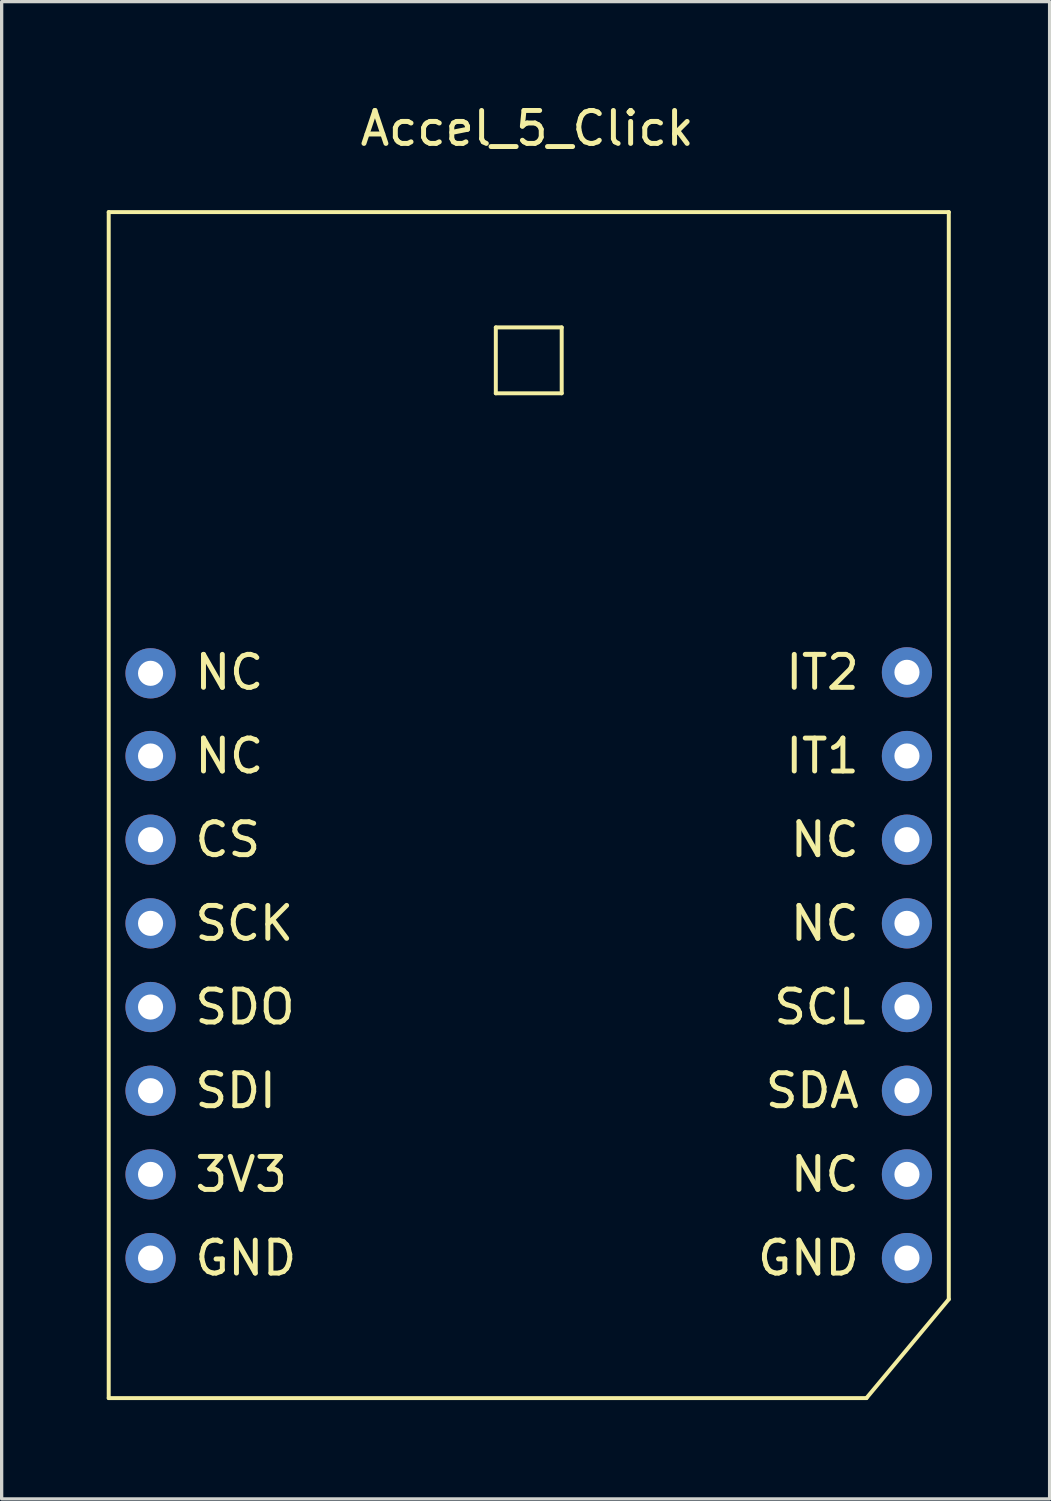
<source format=kicad_pcb>
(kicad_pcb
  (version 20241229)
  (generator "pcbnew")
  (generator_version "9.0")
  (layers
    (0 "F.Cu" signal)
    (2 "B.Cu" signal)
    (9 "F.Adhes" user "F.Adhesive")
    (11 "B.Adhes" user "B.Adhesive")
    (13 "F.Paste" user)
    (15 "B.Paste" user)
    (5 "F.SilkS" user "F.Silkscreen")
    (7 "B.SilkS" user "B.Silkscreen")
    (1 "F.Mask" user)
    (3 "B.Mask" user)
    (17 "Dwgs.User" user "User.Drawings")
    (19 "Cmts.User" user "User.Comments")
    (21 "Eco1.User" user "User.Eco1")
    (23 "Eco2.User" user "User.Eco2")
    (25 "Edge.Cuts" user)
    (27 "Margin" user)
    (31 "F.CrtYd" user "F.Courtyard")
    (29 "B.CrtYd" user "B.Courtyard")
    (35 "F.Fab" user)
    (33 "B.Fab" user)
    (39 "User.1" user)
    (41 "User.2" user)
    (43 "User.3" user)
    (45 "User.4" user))
  (footprint "Accel_5_Click"
    (layer "F.Cu")
    (at 0.25 3.388)
    (property "Reference" "Accel_5_Click" (at 12.7 -2.54 0) (layer "F.SilkS") (effects (font (size 1 1) (thickness 0.15))))
    (attr through_hole)
    (fp_line (start 0 0) (end 0 36) (stroke (width 0.12) (type solid)) (layer "F.SilkS"))
    (fp_line (start 0 0) (end 25.5 0) (stroke (width 0.12) (type solid)) (layer "F.SilkS"))
    (fp_line (start 0 36) (end 23 36) (stroke (width 0.12) (type solid)) (layer "F.SilkS"))
    (fp_line (start 11.75 3.5) (end 11.75 5.5) (stroke (width 0.12) (type solid)) (layer "F.SilkS"))
    (fp_line (start 11.75 3.5) (end 13.75 3.5) (stroke (width 0.12) (type solid)) (layer "F.SilkS"))
    (fp_line (start 11.75 5.5) (end 13.75 5.5) (stroke (width 0.12) (type solid)) (layer "F.SilkS"))
    (fp_line (start 13.75 3.5) (end 13.75 5.5) (stroke (width 0.12) (type solid)) (layer "F.SilkS"))
    (fp_line (start 25.5 0) (end 25.5 33) (stroke (width 0.12) (type solid)) (layer "F.SilkS"))
    (fp_line (start 25.5 33) (end 23 36) (stroke (width 0.12) (type solid)) (layer "F.SilkS"))
    (fp_text user "NC" (at 22.86 29.21 0) (layer "F.SilkS") (effects (font (size 1 1) (thickness 0.15)) (justify right)))
    (fp_text user "SCK" (at 2.54 21.59 0) (layer "F.SilkS") (effects (font (size 1 1) (thickness 0.15)) (justify left)))
    (fp_text user "GND" (at 22.86 31.75 0) (layer "F.SilkS") (effects (font (size 1 1) (thickness 0.15)) (justify right)))
    (fp_text user "CS" (at 2.54 19.05 0) (layer "F.SilkS") (effects (font (size 1 1) (thickness 0.15)) (justify left)))
    (fp_text user "GND" (at 2.54 31.75 0) (layer "F.SilkS") (effects (font (size 1 1) (thickness 0.15)) (justify left)))
    (fp_text user "SDA" (at 22.86 26.67 0) (layer "F.SilkS") (effects (font (size 1 1) (thickness 0.15)) (justify right)))
    (fp_text user "SCL" (at 21.59 24.13 0) (layer "F.SilkS") (effects (font (size 1 1) (thickness 0.15))))
    (fp_text user "NC" (at 2.54 13.97 0) (layer "F.SilkS") (effects (font (size 1 1) (thickness 0.15)) (justify left)))
    (fp_text user "NC" (at 22.86 21.59 0) (layer "F.SilkS") (effects (font (size 1 1) (thickness 0.15)) (justify right)))
    (fp_text user "IT2" (at 22.86 13.97 0) (layer "F.SilkS") (effects (font (size 1 1) (thickness 0.15)) (justify right)))
    (fp_text user "NC" (at 22.86 19.05 0) (layer "F.SilkS") (effects (font (size 1 1) (thickness 0.15)) (justify right)))
    (fp_text user "NC" (at 2.54 16.51 0) (layer "F.SilkS") (effects (font (size 1 1) (thickness 0.15)) (justify left)))
    (fp_text user "IT1" (at 22.86 16.51 0) (layer "F.SilkS") (effects (font (size 1 1) (thickness 0.15)) (justify right)))
    (fp_text user "SDO" (at 2.54 24.13 0) (layer "F.SilkS") (effects (font (size 1 1) (thickness 0.15)) (justify left)))
    (fp_text user "3V3" (at 2.54 29.21 0) (layer "F.SilkS") (effects (font (size 1 1) (thickness 0.15)) (justify left)))
    (fp_text user "SDI" (at 2.54 26.67 0) (layer "F.SilkS") (effects (font (size 1 1) (thickness 0.15)) (justify left)))
    (pad "1" thru_hole circle (at 1.27 14) (size 1.524 1.524) (drill 0.762) (layers "*.Cu" "*.Mask"))
    (pad "2" thru_hole circle (at 1.27 16.51) (size 1.524 1.524) (drill 0.762) (layers "*.Cu" "*.Mask"))
    (pad "3" thru_hole circle (at 1.27 19.05) (size 1.524 1.524) (drill 0.762) (layers "*.Cu" "*.Mask"))
    (pad "4" thru_hole circle (at 1.27 21.59) (size 1.524 1.524) (drill 0.762) (layers "*.Cu" "*.Mask"))
    (pad "5" thru_hole circle (at 1.27 24.13) (size 1.524 1.524) (drill 0.762) (layers "*.Cu" "*.Mask"))
    (pad "6" thru_hole circle (at 1.27 26.67) (size 1.524 1.524) (drill 0.762) (layers "*.Cu" "*.Mask"))
    (pad "7" thru_hole circle (at 1.27 29.21) (size 1.524 1.524) (drill 0.762) (layers "*.Cu" "*.Mask"))
    (pad "8" thru_hole circle (at 1.27 31.75) (size 1.524 1.524) (drill 0.762) (layers "*.Cu" "*.Mask"))
    (pad "9" thru_hole circle (at 24.23 31.75) (size 1.524 1.524) (drill 0.762) (layers "*.Cu" "*.Mask"))
    (pad "10" thru_hole circle (at 24.23 29.21) (size 1.524 1.524) (drill 0.762) (layers "*.Cu" "*.Mask"))
    (pad "11" thru_hole circle (at 24.23 26.67) (size 1.524 1.524) (drill 0.762) (layers "*.Cu" "*.Mask"))
    (pad "12" thru_hole circle (at 24.23 24.13) (size 1.524 1.524) (drill 0.762) (layers "*.Cu" "*.Mask"))
    (pad "13" thru_hole circle (at 24.23 21.59) (size 1.524 1.524) (drill 0.762) (layers "*.Cu" "*.Mask"))
    (pad "14" thru_hole circle (at 24.23 19.05) (size 1.524 1.524) (drill 0.762) (layers "*.Cu" "*.Mask"))
    (pad "15" thru_hole circle (at 24.23 16.51) (size 1.524 1.524) (drill 0.762) (layers "*.Cu" "*.Mask"))
    (pad "16" thru_hole circle (at 24.23 13.97) (size 1.524 1.524) (drill 0.762) (layers "*.Cu" "*.Mask")))
  (gr_rect
    (start -3 -3)
    (end 28.81 42.448)
    (stroke (width 0.1) (type default))
    (fill no)
    (layer "Edge.Cuts")))
</source>
